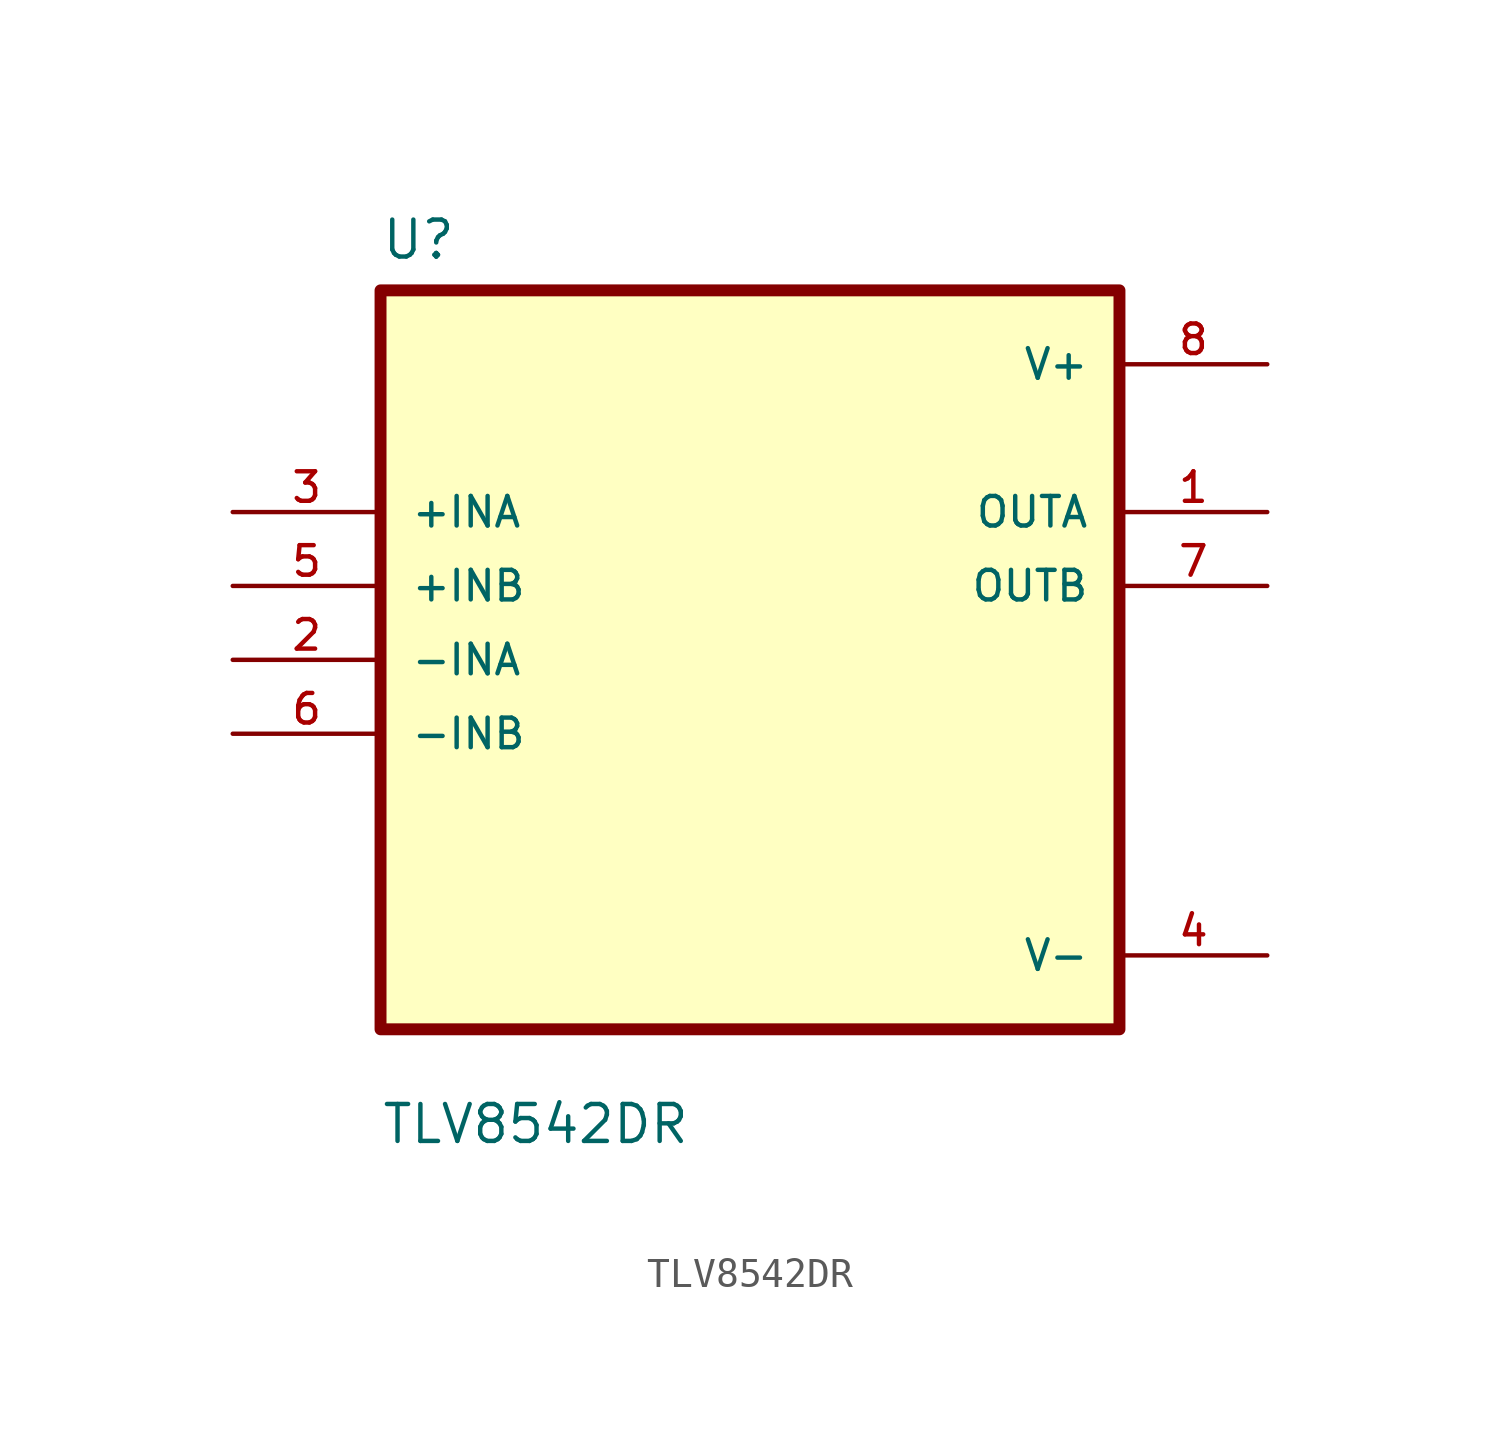
<source format=kicad_sym>
(kicad_symbol_lib
  (version 20211014)
  (generator kicad_symbol_editor)
  (symbol "TLV8542DR"
    (pin_names
      (offset 1.016))
    (property "Reference" "U"
      (at -12.7 13.7 0.0)
      (effects (font (size 1.27 1.27)) (justify bottom left)))
    (property "Value" "TLV8542DR"
      (at -12.7 -16.7 0.0)
      (effects (font (size 1.27 1.27)) (justify bottom left)))
    (symbol "TLV8542DR_0_0"
      (rectangle (start -12.7 -12.7) (end 12.7 12.7) (stroke (width 0.41)) (fill (type background)))
      (pin input line (at -17.78 5.08 0) (length 5.08) (name "+INA" (effects (font (size 1.016 1.016)))) (number "3" (effects (font (size 1.016 1.016)))))
      (pin input line (at -17.78 2.54 0) (length 5.08) (name "+INB" (effects (font (size 1.016 1.016)))) (number "5" (effects (font (size 1.016 1.016)))))
      (pin input line (at -17.78 -8.88178e-16 0) (length 5.08) (name "-INA" (effects (font (size 1.016 1.016)))) (number "2" (effects (font (size 1.016 1.016)))))
      (pin input line (at -17.78 -2.54 0) (length 5.08) (name "-INB" (effects (font (size 1.016 1.016)))) (number "6" (effects (font (size 1.016 1.016)))))
      (pin power_in line (at 17.78 10.16 180.0) (length 5.08) (name "V+" (effects (font (size 1.016 1.016)))) (number "8" (effects (font (size 1.016 1.016)))))
      (pin output line (at 17.78 5.08 180.0) (length 5.08) (name "OUTA" (effects (font (size 1.016 1.016)))) (number "1" (effects (font (size 1.016 1.016)))))
      (pin output line (at 17.78 2.54 180.0) (length 5.08) (name "OUTB" (effects (font (size 1.016 1.016)))) (number "7" (effects (font (size 1.016 1.016)))))
      (pin power_in line (at 17.78 -10.16 180.0) (length 5.08) (name "V-" (effects (font (size 1.016 1.016)))) (number "4" (effects (font (size 1.016 1.016))))))))
</source>
